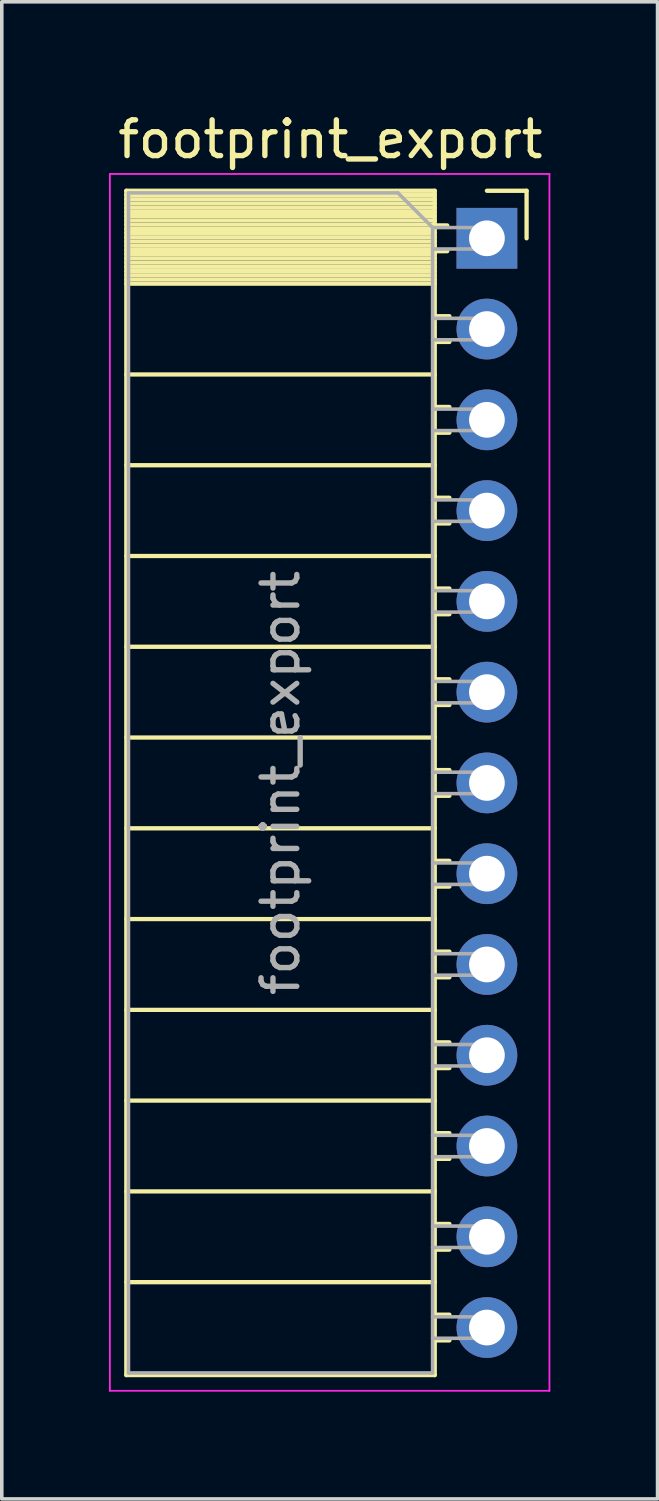
<source format=kicad_pcb>
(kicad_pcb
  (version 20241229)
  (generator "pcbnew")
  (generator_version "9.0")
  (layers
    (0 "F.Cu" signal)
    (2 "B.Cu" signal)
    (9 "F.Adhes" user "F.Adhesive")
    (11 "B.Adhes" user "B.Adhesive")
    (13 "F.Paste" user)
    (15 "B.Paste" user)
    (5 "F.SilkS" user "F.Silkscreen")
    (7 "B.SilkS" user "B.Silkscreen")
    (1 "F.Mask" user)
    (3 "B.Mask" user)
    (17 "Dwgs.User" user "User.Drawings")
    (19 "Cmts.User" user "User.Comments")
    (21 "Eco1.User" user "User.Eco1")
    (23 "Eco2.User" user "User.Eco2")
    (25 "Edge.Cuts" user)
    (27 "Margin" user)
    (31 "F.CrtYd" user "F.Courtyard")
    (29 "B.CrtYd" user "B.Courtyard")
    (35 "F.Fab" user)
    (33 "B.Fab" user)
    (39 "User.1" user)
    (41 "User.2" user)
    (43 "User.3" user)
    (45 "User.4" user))
  (footprint "footprint_export"
    (layer "F.Cu")
    (at 10.575 3.618)
    (property "Reference" "footprint_export" (at -4.38 -2.77 0) (layer "F.SilkS") (effects (font (size 1 1) (thickness 0.15))))
    (attr through_hole)
    (fp_line (start -10.09 -1.33) (end -10.09 31.81) (stroke (width 0.12) (type solid)) (layer "F.SilkS"))
    (fp_line (start -10.09 -1.33) (end -1.46 -1.33) (stroke (width 0.12) (type solid)) (layer "F.SilkS"))
    (fp_line (start -10.09 -1.21) (end -1.46 -1.21) (stroke (width 0.12) (type solid)) (layer "F.SilkS"))
    (fp_line (start -10.09 -1.092) (end -1.46 -1.092) (stroke (width 0.12) (type solid)) (layer "F.SilkS"))
    (fp_line (start -10.09 -0.974) (end -1.46 -0.974) (stroke (width 0.12) (type solid)) (layer "F.SilkS"))
    (fp_line (start -10.09 -0.856) (end -1.46 -0.856) (stroke (width 0.12) (type solid)) (layer "F.SilkS"))
    (fp_line (start -10.09 -0.738) (end -1.46 -0.738) (stroke (width 0.12) (type solid)) (layer "F.SilkS"))
    (fp_line (start -10.09 -0.62) (end -1.46 -0.62) (stroke (width 0.12) (type solid)) (layer "F.SilkS"))
    (fp_line (start -10.09 -0.501) (end -1.46 -0.501) (stroke (width 0.12) (type solid)) (layer "F.SilkS"))
    (fp_line (start -10.09 -0.383) (end -1.46 -0.383) (stroke (width 0.12) (type solid)) (layer "F.SilkS"))
    (fp_line (start -10.09 -0.265) (end -1.46 -0.265) (stroke (width 0.12) (type solid)) (layer "F.SilkS"))
    (fp_line (start -10.09 -0.147) (end -1.46 -0.147) (stroke (width 0.12) (type solid)) (layer "F.SilkS"))
    (fp_line (start -10.09 -0.029) (end -1.46 -0.029) (stroke (width 0.12) (type solid)) (layer "F.SilkS"))
    (fp_line (start -10.09 0.089) (end -1.46 0.089) (stroke (width 0.12) (type solid)) (layer "F.SilkS"))
    (fp_line (start -10.09 0.207) (end -1.46 0.207) (stroke (width 0.12) (type solid)) (layer "F.SilkS"))
    (fp_line (start -10.09 0.325) (end -1.46 0.325) (stroke (width 0.12) (type solid)) (layer "F.SilkS"))
    (fp_line (start -10.09 0.443) (end -1.46 0.443) (stroke (width 0.12) (type solid)) (layer "F.SilkS"))
    (fp_line (start -10.09 0.561) (end -1.46 0.561) (stroke (width 0.12) (type solid)) (layer "F.SilkS"))
    (fp_line (start -10.09 0.68) (end -1.46 0.68) (stroke (width 0.12) (type solid)) (layer "F.SilkS"))
    (fp_line (start -10.09 0.798) (end -1.46 0.798) (stroke (width 0.12) (type solid)) (layer "F.SilkS"))
    (fp_line (start -10.09 0.916) (end -1.46 0.916) (stroke (width 0.12) (type solid)) (layer "F.SilkS"))
    (fp_line (start -10.09 1.034) (end -1.46 1.034) (stroke (width 0.12) (type solid)) (layer "F.SilkS"))
    (fp_line (start -10.09 1.152) (end -1.46 1.152) (stroke (width 0.12) (type solid)) (layer "F.SilkS"))
    (fp_line (start -10.09 1.27) (end -1.46 1.27) (stroke (width 0.12) (type solid)) (layer "F.SilkS"))
    (fp_line (start -10.09 3.81) (end -1.46 3.81) (stroke (width 0.12) (type solid)) (layer "F.SilkS"))
    (fp_line (start -10.09 6.35) (end -1.46 6.35) (stroke (width 0.12) (type solid)) (layer "F.SilkS"))
    (fp_line (start -10.09 8.89) (end -1.46 8.89) (stroke (width 0.12) (type solid)) (layer "F.SilkS"))
    (fp_line (start -10.09 11.43) (end -1.46 11.43) (stroke (width 0.12) (type solid)) (layer "F.SilkS"))
    (fp_line (start -10.09 13.97) (end -1.46 13.97) (stroke (width 0.12) (type solid)) (layer "F.SilkS"))
    (fp_line (start -10.09 16.51) (end -1.46 16.51) (stroke (width 0.12) (type solid)) (layer "F.SilkS"))
    (fp_line (start -10.09 19.05) (end -1.46 19.05) (stroke (width 0.12) (type solid)) (layer "F.SilkS"))
    (fp_line (start -10.09 21.59) (end -1.46 21.59) (stroke (width 0.12) (type solid)) (layer "F.SilkS"))
    (fp_line (start -10.09 24.13) (end -1.46 24.13) (stroke (width 0.12) (type solid)) (layer "F.SilkS"))
    (fp_line (start -10.09 26.67) (end -1.46 26.67) (stroke (width 0.12) (type solid)) (layer "F.SilkS"))
    (fp_line (start -10.09 29.21) (end -1.46 29.21) (stroke (width 0.12) (type solid)) (layer "F.SilkS"))
    (fp_line (start -10.09 31.81) (end -1.46 31.81) (stroke (width 0.12) (type solid)) (layer "F.SilkS"))
    (fp_line (start -1.46 -1.33) (end -1.46 31.81) (stroke (width 0.12) (type solid)) (layer "F.SilkS"))
    (fp_line (start -1.46 -0.36) (end -1.11 -0.36) (stroke (width 0.12) (type solid)) (layer "F.SilkS"))
    (fp_line (start -1.46 0.36) (end -1.11 0.36) (stroke (width 0.12) (type solid)) (layer "F.SilkS"))
    (fp_line (start -1.46 2.18) (end -1.05 2.18) (stroke (width 0.12) (type solid)) (layer "F.SilkS"))
    (fp_line (start -1.46 2.9) (end -1.05 2.9) (stroke (width 0.12) (type solid)) (layer "F.SilkS"))
    (fp_line (start -1.46 4.72) (end -1.05 4.72) (stroke (width 0.12) (type solid)) (layer "F.SilkS"))
    (fp_line (start -1.46 5.44) (end -1.05 5.44) (stroke (width 0.12) (type solid)) (layer "F.SilkS"))
    (fp_line (start -1.46 7.26) (end -1.05 7.26) (stroke (width 0.12) (type solid)) (layer "F.SilkS"))
    (fp_line (start -1.46 7.98) (end -1.05 7.98) (stroke (width 0.12) (type solid)) (layer "F.SilkS"))
    (fp_line (start -1.46 9.8) (end -1.05 9.8) (stroke (width 0.12) (type solid)) (layer "F.SilkS"))
    (fp_line (start -1.46 10.52) (end -1.05 10.52) (stroke (width 0.12) (type solid)) (layer "F.SilkS"))
    (fp_line (start -1.46 12.34) (end -1.05 12.34) (stroke (width 0.12) (type solid)) (layer "F.SilkS"))
    (fp_line (start -1.46 13.06) (end -1.05 13.06) (stroke (width 0.12) (type solid)) (layer "F.SilkS"))
    (fp_line (start -1.46 14.88) (end -1.05 14.88) (stroke (width 0.12) (type solid)) (layer "F.SilkS"))
    (fp_line (start -1.46 15.6) (end -1.05 15.6) (stroke (width 0.12) (type solid)) (layer "F.SilkS"))
    (fp_line (start -1.46 17.42) (end -1.05 17.42) (stroke (width 0.12) (type solid)) (layer "F.SilkS"))
    (fp_line (start -1.46 18.14) (end -1.05 18.14) (stroke (width 0.12) (type solid)) (layer "F.SilkS"))
    (fp_line (start -1.46 19.96) (end -1.05 19.96) (stroke (width 0.12) (type solid)) (layer "F.SilkS"))
    (fp_line (start -1.46 20.68) (end -1.05 20.68) (stroke (width 0.12) (type solid)) (layer "F.SilkS"))
    (fp_line (start -1.46 22.5) (end -1.05 22.5) (stroke (width 0.12) (type solid)) (layer "F.SilkS"))
    (fp_line (start -1.46 23.22) (end -1.05 23.22) (stroke (width 0.12) (type solid)) (layer "F.SilkS"))
    (fp_line (start -1.46 25.04) (end -1.05 25.04) (stroke (width 0.12) (type solid)) (layer "F.SilkS"))
    (fp_line (start -1.46 25.76) (end -1.05 25.76) (stroke (width 0.12) (type solid)) (layer "F.SilkS"))
    (fp_line (start -1.46 27.58) (end -1.05 27.58) (stroke (width 0.12) (type solid)) (layer "F.SilkS"))
    (fp_line (start -1.46 28.3) (end -1.05 28.3) (stroke (width 0.12) (type solid)) (layer "F.SilkS"))
    (fp_line (start -1.46 30.12) (end -1.05 30.12) (stroke (width 0.12) (type solid)) (layer "F.SilkS"))
    (fp_line (start -1.46 30.84) (end -1.05 30.84) (stroke (width 0.12) (type solid)) (layer "F.SilkS"))
    (fp_line (start 0 -1.33) (end 1.11 -1.33) (stroke (width 0.12) (type solid)) (layer "F.SilkS"))
    (fp_line (start 1.11 -1.33) (end 1.11 0) (stroke (width 0.12) (type solid)) (layer "F.SilkS"))
    (fp_line (start -10.55 -1.8) (end -10.55 32.25) (stroke (width 0.05) (type solid)) (layer "F.CrtYd"))
    (fp_line (start -10.55 32.25) (end 1.75 32.25) (stroke (width 0.05) (type solid)) (layer "F.CrtYd"))
    (fp_line (start 1.75 -1.8) (end -10.55 -1.8) (stroke (width 0.05) (type solid)) (layer "F.CrtYd"))
    (fp_line (start 1.75 32.25) (end 1.75 -1.8) (stroke (width 0.05) (type solid)) (layer "F.CrtYd"))
    (fp_line (start -10.03 -1.27) (end -2.49 -1.27) (stroke (width 0.1) (type solid)) (layer "F.Fab"))
    (fp_line (start -10.03 31.75) (end -10.03 -1.27) (stroke (width 0.1) (type solid)) (layer "F.Fab"))
    (fp_line (start -2.49 -1.27) (end -1.52 -0.3) (stroke (width 0.1) (type solid)) (layer "F.Fab"))
    (fp_line (start -1.52 -0.3) (end -1.52 31.75) (stroke (width 0.1) (type solid)) (layer "F.Fab"))
    (fp_line (start -1.52 0.3) (end 0 0.3) (stroke (width 0.1) (type solid)) (layer "F.Fab"))
    (fp_line (start -1.52 2.84) (end 0 2.84) (stroke (width 0.1) (type solid)) (layer "F.Fab"))
    (fp_line (start -1.52 5.38) (end 0 5.38) (stroke (width 0.1) (type solid)) (layer "F.Fab"))
    (fp_line (start -1.52 7.92) (end 0 7.92) (stroke (width 0.1) (type solid)) (layer "F.Fab"))
    (fp_line (start -1.52 10.46) (end 0 10.46) (stroke (width 0.1) (type solid)) (layer "F.Fab"))
    (fp_line (start -1.52 13) (end 0 13) (stroke (width 0.1) (type solid)) (layer "F.Fab"))
    (fp_line (start -1.52 15.54) (end 0 15.54) (stroke (width 0.1) (type solid)) (layer "F.Fab"))
    (fp_line (start -1.52 18.08) (end 0 18.08) (stroke (width 0.1) (type solid)) (layer "F.Fab"))
    (fp_line (start -1.52 20.62) (end 0 20.62) (stroke (width 0.1) (type solid)) (layer "F.Fab"))
    (fp_line (start -1.52 23.16) (end 0 23.16) (stroke (width 0.1) (type solid)) (layer "F.Fab"))
    (fp_line (start -1.52 25.7) (end 0 25.7) (stroke (width 0.1) (type solid)) (layer "F.Fab"))
    (fp_line (start -1.52 28.24) (end 0 28.24) (stroke (width 0.1) (type solid)) (layer "F.Fab"))
    (fp_line (start -1.52 30.78) (end 0 30.78) (stroke (width 0.1) (type solid)) (layer "F.Fab"))
    (fp_line (start -1.52 31.75) (end -10.03 31.75) (stroke (width 0.1) (type solid)) (layer "F.Fab"))
    (fp_line (start 0 -0.3) (end -1.52 -0.3) (stroke (width 0.1) (type solid)) (layer "F.Fab"))
    (fp_line (start 0 0.3) (end 0 -0.3) (stroke (width 0.1) (type solid)) (layer "F.Fab"))
    (fp_line (start 0 2.24) (end -1.52 2.24) (stroke (width 0.1) (type solid)) (layer "F.Fab"))
    (fp_line (start 0 2.84) (end 0 2.24) (stroke (width 0.1) (type solid)) (layer "F.Fab"))
    (fp_line (start 0 4.78) (end -1.52 4.78) (stroke (width 0.1) (type solid)) (layer "F.Fab"))
    (fp_line (start 0 5.38) (end 0 4.78) (stroke (width 0.1) (type solid)) (layer "F.Fab"))
    (fp_line (start 0 7.32) (end -1.52 7.32) (stroke (width 0.1) (type solid)) (layer "F.Fab"))
    (fp_line (start 0 7.92) (end 0 7.32) (stroke (width 0.1) (type solid)) (layer "F.Fab"))
    (fp_line (start 0 9.86) (end -1.52 9.86) (stroke (width 0.1) (type solid)) (layer "F.Fab"))
    (fp_line (start 0 10.46) (end 0 9.86) (stroke (width 0.1) (type solid)) (layer "F.Fab"))
    (fp_line (start 0 12.4) (end -1.52 12.4) (stroke (width 0.1) (type solid)) (layer "F.Fab"))
    (fp_line (start 0 13) (end 0 12.4) (stroke (width 0.1) (type solid)) (layer "F.Fab"))
    (fp_line (start 0 14.94) (end -1.52 14.94) (stroke (width 0.1) (type solid)) (layer "F.Fab"))
    (fp_line (start 0 15.54) (end 0 14.94) (stroke (width 0.1) (type solid)) (layer "F.Fab"))
    (fp_line (start 0 17.48) (end -1.52 17.48) (stroke (width 0.1) (type solid)) (layer "F.Fab"))
    (fp_line (start 0 18.08) (end 0 17.48) (stroke (width 0.1) (type solid)) (layer "F.Fab"))
    (fp_line (start 0 20.02) (end -1.52 20.02) (stroke (width 0.1) (type solid)) (layer "F.Fab"))
    (fp_line (start 0 20.62) (end 0 20.02) (stroke (width 0.1) (type solid)) (layer "F.Fab"))
    (fp_line (start 0 22.56) (end -1.52 22.56) (stroke (width 0.1) (type solid)) (layer "F.Fab"))
    (fp_line (start 0 23.16) (end 0 22.56) (stroke (width 0.1) (type solid)) (layer "F.Fab"))
    (fp_line (start 0 25.1) (end -1.52 25.1) (stroke (width 0.1) (type solid)) (layer "F.Fab"))
    (fp_line (start 0 25.7) (end 0 25.1) (stroke (width 0.1) (type solid)) (layer "F.Fab"))
    (fp_line (start 0 27.64) (end -1.52 27.64) (stroke (width 0.1) (type solid)) (layer "F.Fab"))
    (fp_line (start 0 28.24) (end 0 27.64) (stroke (width 0.1) (type solid)) (layer "F.Fab"))
    (fp_line (start 0 30.18) (end -1.52 30.18) (stroke (width 0.1) (type solid)) (layer "F.Fab"))
    (fp_line (start 0 30.78) (end 0 30.18) (stroke (width 0.1) (type solid)) (layer "F.Fab"))
    (fp_text user "${REFERENCE}" (at -5.775 15.24 90) (layer "F.Fab") (effects (font (size 1 1) (thickness 0.15))))
    (pad "1" thru_hole rect (at 0 0) (size 1.7 1.7) (drill 1) (layers "*.Cu" "*.Mask"))
    (pad "2" thru_hole oval (at 0 2.54) (size 1.7 1.7) (drill 1) (layers "*.Cu" "*.Mask"))
    (pad "3" thru_hole oval (at 0 5.08) (size 1.7 1.7) (drill 1) (layers "*.Cu" "*.Mask"))
    (pad "4" thru_hole oval (at 0 7.62) (size 1.7 1.7) (drill 1) (layers "*.Cu" "*.Mask"))
    (pad "5" thru_hole oval (at 0 10.16) (size 1.7 1.7) (drill 1) (layers "*.Cu" "*.Mask"))
    (pad "6" thru_hole oval (at 0 12.7) (size 1.7 1.7) (drill 1) (layers "*.Cu" "*.Mask"))
    (pad "7" thru_hole oval (at 0 15.24) (size 1.7 1.7) (drill 1) (layers "*.Cu" "*.Mask"))
    (pad "8" thru_hole oval (at 0 17.78) (size 1.7 1.7) (drill 1) (layers "*.Cu" "*.Mask"))
    (pad "9" thru_hole oval (at 0 20.32) (size 1.7 1.7) (drill 1) (layers "*.Cu" "*.Mask"))
    (pad "10" thru_hole oval (at 0 22.86) (size 1.7 1.7) (drill 1) (layers "*.Cu" "*.Mask"))
    (pad "11" thru_hole oval (at 0 25.4) (size 1.7 1.7) (drill 1) (layers "*.Cu" "*.Mask"))
    (pad "12" thru_hole oval (at 0 27.94) (size 1.7 1.7) (drill 1) (layers "*.Cu" "*.Mask"))
    (pad "13" thru_hole oval (at 0 30.48) (size 1.7 1.7) (drill 1) (layers "*.Cu" "*.Mask")))
  (gr_rect
    (start -3 -3)
    (end 15.35 38.893)
    (stroke (width 0.1) (type default))
    (fill no)
    (layer "Edge.Cuts")))
</source>
